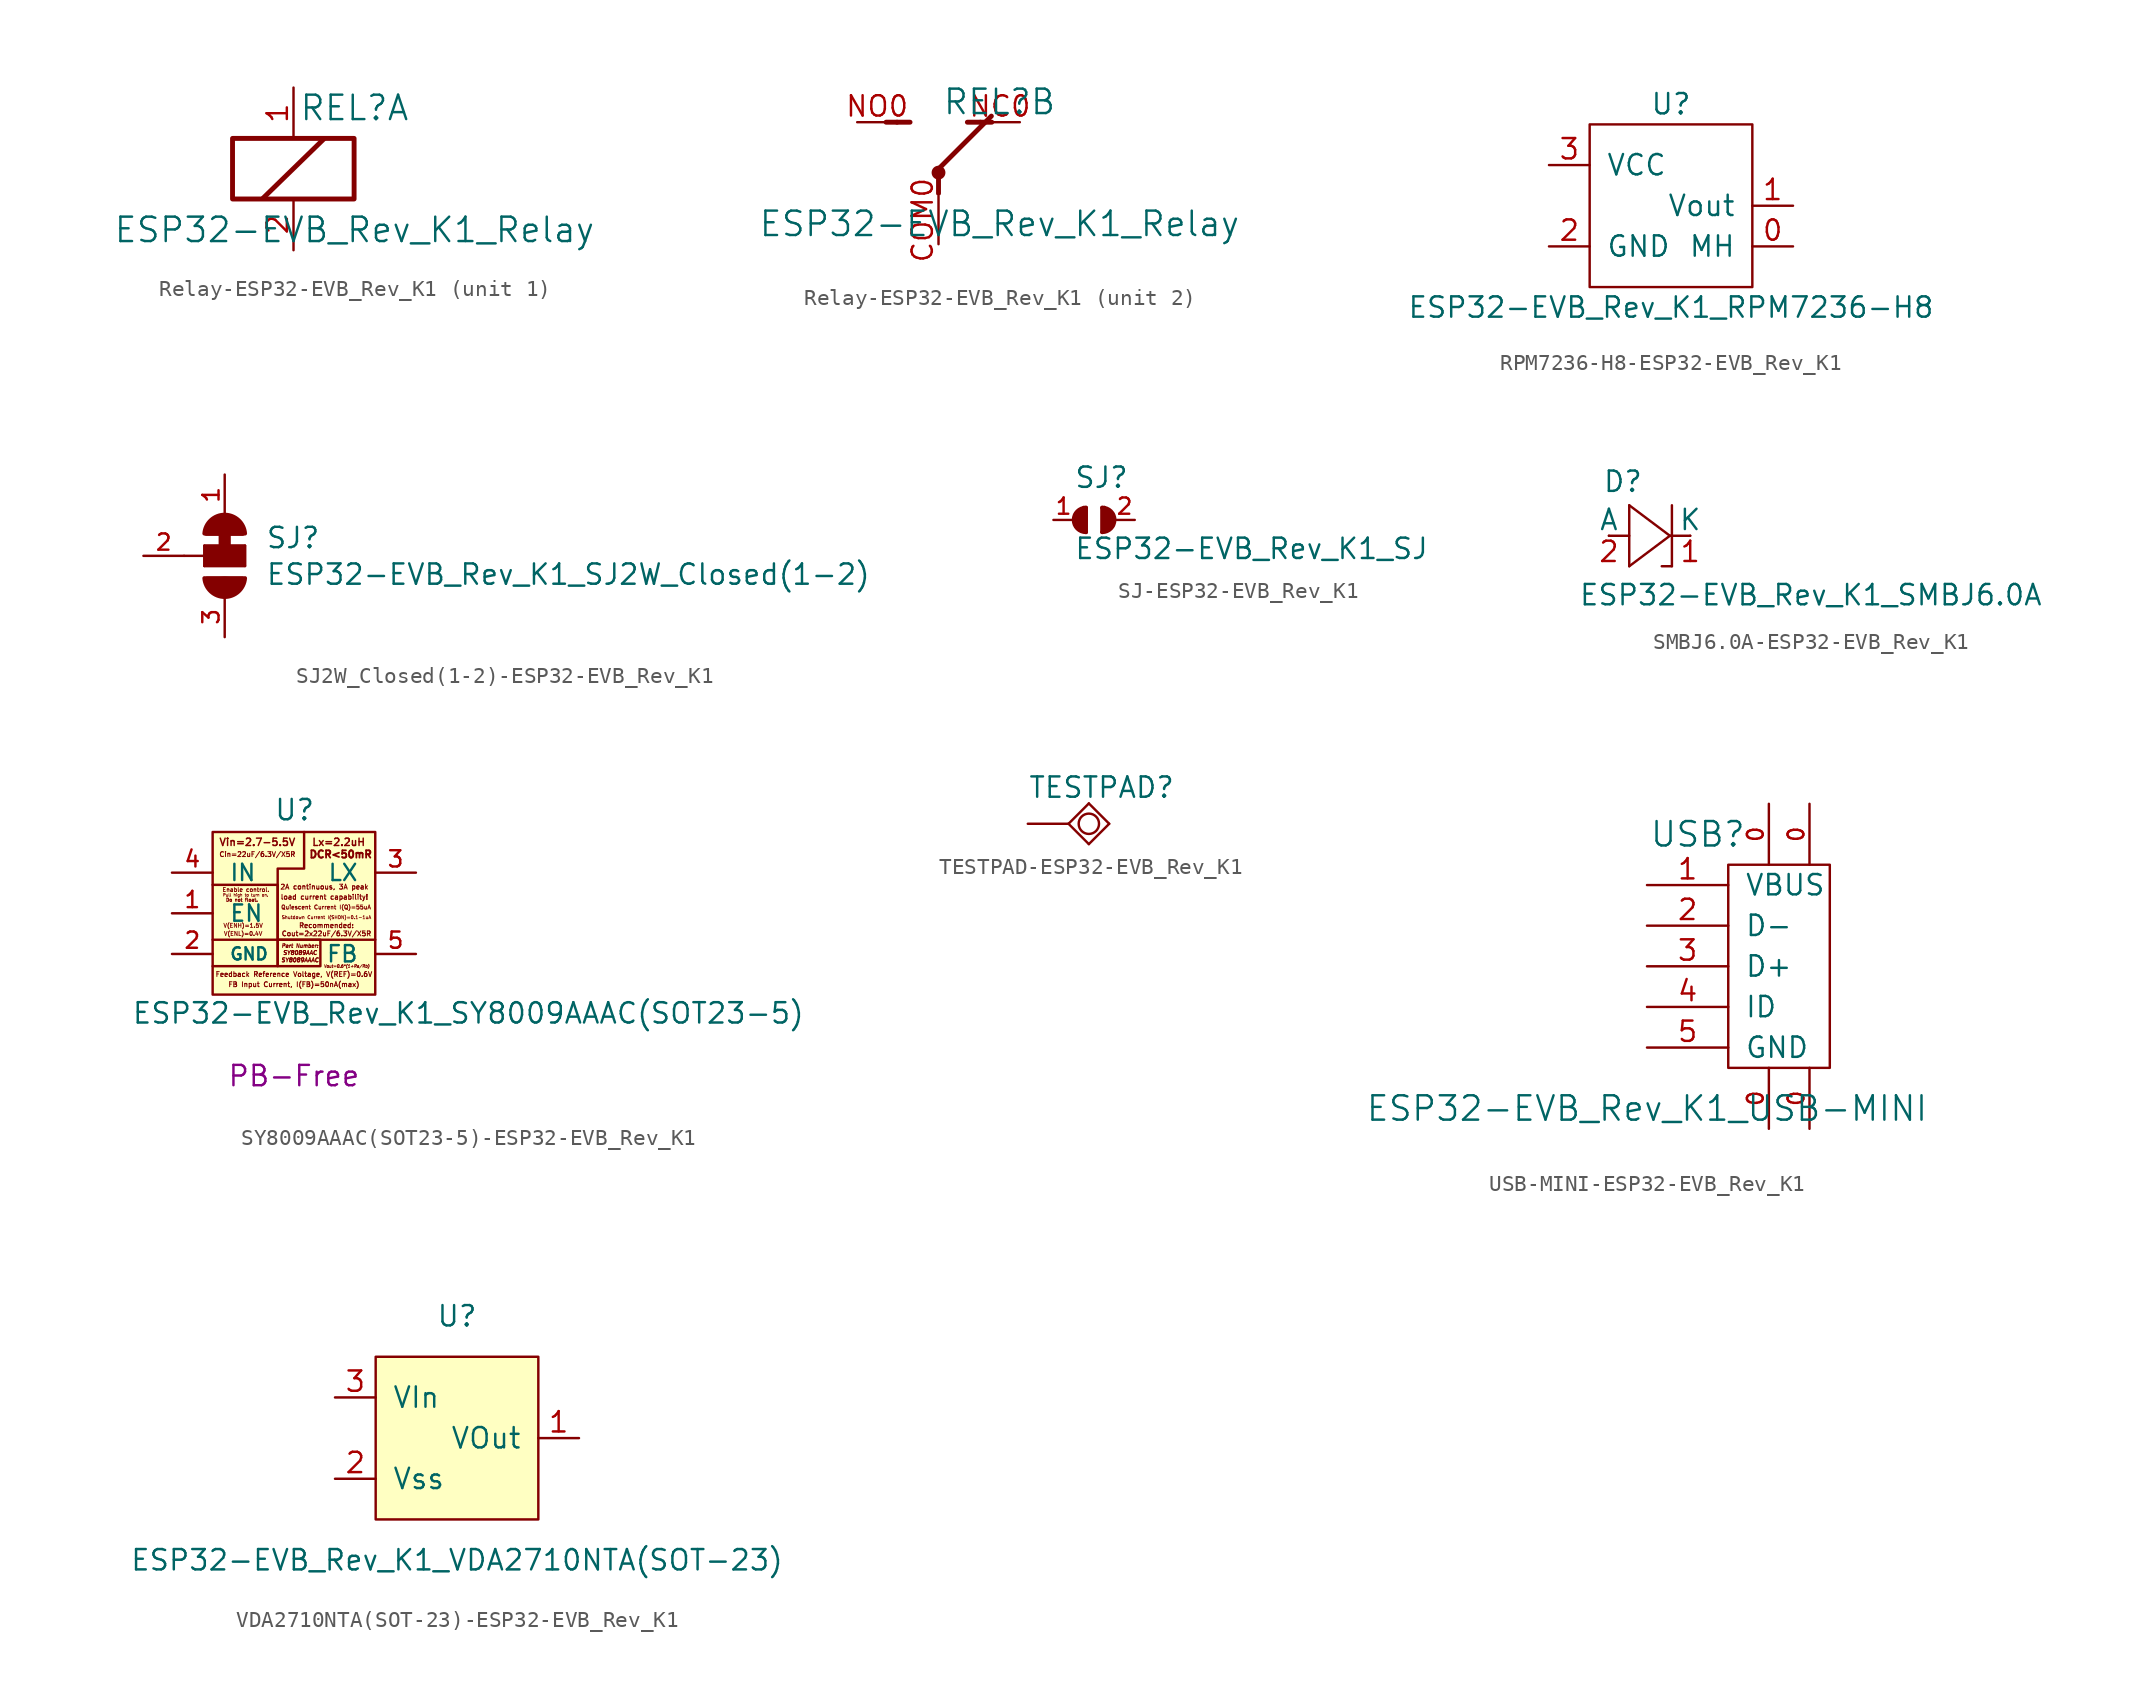
<source format=kicad_sym>
(kicad_symbol_lib
  (version 20231120)
  (generator "kicad_symbol_editor")
  (generator_version "8.0")
  (symbol "Relay-ESP32-EVB_Rev_K1"
    (pin_names
      (offset 1.016))
    (property "Reference" "REL"
      (at 3.81 3.81 0)
      (effects (font (size 1.524 1.524))))
    (property "Value" "ESP32-EVB_Rev_K1_Relay"
      (at 3.81 -3.81 0)
      (effects (font (size 1.524 1.524))))
    (property "Footprint" ""
      (at 0 0 0)
      (effects (font (size 1.524 1.524))))
    (property "Datasheet" ""
      (at 0 0 0)
      (effects (font (size 1.524 1.524))))
    (property "ki_locked" ""
      (at 0 0 0)
      (effects (font (size 1.27 1.27))))
    (symbol "Relay-ESP32-EVB_Rev_K1_1_1"
      (rectangle (start -3.81 -1.88) (end 3.785 1.905) (stroke (width 0.305) (type solid)) (fill (type none)))
      (polyline (pts (xy -1.905 -1.829) (xy 1.905 1.88)) (stroke (width 0.305) (type solid)) (fill (type none)))
      (pin passive line (at 0 5.08 270) (length 3.2) (name "~" (effects (font (size 1.27 1.27)))) (number "1" (effects (font (size 1.27 1.27)))))
      (pin passive line (at 0 -5.08 90) (length 3.2) (name "~" (effects (font (size 1.27 1.27)))) (number "2" (effects (font (size 1.27 1.27))))))
    (symbol "Relay-ESP32-EVB_Rev_K1_2_1"
      (circle (center 0 -0.61) (radius 0.051) (stroke (width 0.254) (type solid)) (fill (type none)))
      (circle (center 0 -0.61) (radius 0.305) (stroke (width 0.254) (type solid)) (fill (type none)))
      (polyline (pts (xy -2.591 2.54) (xy -3.277 2.54)) (stroke (width 0.305) (type solid)) (fill (type none)))
      (polyline (pts (xy -2.591 2.54) (xy -1.778 2.54)) (stroke (width 0.305) (type solid)) (fill (type none)))
      (polyline (pts (xy 0 -0.61) (xy 0 -1.905)) (stroke (width 0.305) (type solid)) (fill (type none)))
      (polyline (pts (xy 0 -0.381) (xy 3.302 2.921)) (stroke (width 0.305) (type solid)) (fill (type none)))
      (polyline (pts (xy 2.616 2.54) (xy 1.803 2.54)) (stroke (width 0.305) (type solid)) (fill (type none)))
      (polyline (pts (xy 2.616 2.54) (xy 3.327 2.54)) (stroke (width 0.305) (type solid)) (fill (type none)))
      (pin passive line (at 0 -5.08 90) (length 2.997) (name "~" (effects (font (size 1.27 1.27)))) (number "COM0" (effects (font (size 1.27 1.27)))))
      (pin passive line (at 5.08 2.54 180) (length 2.489) (name "~" (effects (font (size 1.27 1.27)))) (number "NC0" (effects (font (size 1.27 1.27)))))
      (pin passive line (at -5.08 2.54 0) (length 2.489) (name "~" (effects (font (size 1.27 1.27)))) (number "NO0" (effects (font (size 1.27 1.27)))))))
  (symbol "RPM7236-H8-ESP32-EVB_Rev_K1"
    (pin_names
      (offset 1.016))
    (property "Reference" "U"
      (at 0 6.35 0)
      (effects (font (size 1.27 1.27))))
    (property "Value" "ESP32-EVB_Rev_K1_RPM7236-H8"
      (at 0 -6.35 0)
      (effects (font (size 1.27 1.27))))
    (symbol "RPM7236-H8-ESP32-EVB_Rev_K1_0_1"
      (rectangle (start -5.08 5.08) (end 5.08 -5.08) (stroke (width 0) (type solid)) (fill (type none))))
    (symbol "RPM7236-H8-ESP32-EVB_Rev_K1_1_1"
      (pin passive line (at 7.62 -2.54 180) (length 2.54) (name "MH" (effects (font (size 1.27 1.27)))) (number "0" (effects (font (size 1.27 1.27)))))
      (pin output line (at 7.62 0 180) (length 2.54) (name "Vout" (effects (font (size 1.27 1.27)))) (number "1" (effects (font (size 1.27 1.27)))))
      (pin power_in line (at -7.62 -2.54 0) (length 2.54) (name "GND" (effects (font (size 1.27 1.27)))) (number "2" (effects (font (size 1.27 1.27)))))
      (pin power_in line (at -7.62 2.54 0) (length 2.54) (name "VCC" (effects (font (size 1.27 1.27)))) (number "3" (effects (font (size 1.27 1.27)))))))
  (symbol "SJ2W_Closed(1-2)-ESP32-EVB_Rev_K1"
    (pin_names
      (offset 1.016) hide)
    (property "Reference" "SJ"
      (at 2.54 0.381 0)
      (effects (font (size 1.27 1.27)) (justify left bottom)))
    (property "Value" "ESP32-EVB_Rev_K1_SJ2W_Closed(1-2)"
      (at 2.54 -1.905 0)
      (effects (font (size 1.27 1.27)) (justify left bottom)))
    (property "Datasheet" ""
      (at 0 0 0)
      (effects (font (size 1.524 1.524))))
    (symbol "SJ2W_Closed(1-2)-ESP32-EVB_Rev_K1_0_1"
      (polyline (pts (xy 0 1.905) (xy 0 0)) (stroke (width 0.762) (type solid)) (fill (type none))))
    (symbol "SJ2W_Closed(1-2)-ESP32-EVB_Rev_K1_1_0"
      (polyline (pts (xy -2.54 0) (xy -1.27 0)) (stroke (width 0) (type solid)) (fill (type none)))
      (polyline (pts (xy -1.27 -0.635) (xy -1.27 0)) (stroke (width 0) (type solid)) (fill (type none)))
      (polyline (pts (xy -1.27 0) (xy -1.27 0.635)) (stroke (width 0) (type solid)) (fill (type none)))
      (polyline (pts (xy -1.27 0.635) (xy 1.27 0.635)) (stroke (width 0) (type solid)) (fill (type none)))
      (polyline (pts (xy 1.27 -0.635) (xy -1.27 -0.635)) (stroke (width 0) (type solid)) (fill (type none)))
      (polyline (pts (xy 1.27 0.635) (xy 1.27 -0.635)) (stroke (width 0) (type solid)) (fill (type none))))
    (symbol "SJ2W_Closed(1-2)-ESP32-EVB_Rev_K1_1_1"
      (arc (start -1.27 -1.397) (mid 0 -2.5695) (end 1.27 -1.397) (stroke (width 0.254) (type solid)) (fill (type outline)))
      (rectangle (start -1.27 -0.635) (end 1.27 0.635) (stroke (width 0) (type solid)) (fill (type outline)))
      (polyline (pts (xy -1.168 1.372) (xy 1.143 1.372)) (stroke (width 0.254) (type solid)) (fill (type none)))
      (polyline (pts (xy -1.143 -1.397) (xy 1.143 -1.397)) (stroke (width 0.254) (type solid)) (fill (type none)))
      (arc (start 1.27 1.397) (mid 0 2.5695) (end -1.27 1.397) (stroke (width 0.254) (type solid)) (fill (type outline)))
      (pin passive line (at 0 5.08 270) (length 2.54) (name "1" (effects (font (size 0.508 0.508)))) (number "1" (effects (font (size 1.016 1.016)))))
      (pin passive line (at -5.08 0 0) (length 2.54) (name "2" (effects (font (size 0.508 0.508)))) (number "2" (effects (font (size 1.016 1.016)))))
      (pin passive line (at 0 -5.08 90) (length 2.54) (name "3" (effects (font (size 0.508 0.508)))) (number "3" (effects (font (size 1.016 1.016)))))))
  (symbol "SJ-ESP32-EVB_Rev_K1"
    (pin_names
      (offset 1.016) hide)
    (property "Reference" "SJ"
      (at -1.27 1.905 0)
      (effects (font (size 1.27 1.27)) (justify left bottom)))
    (property "Value" "ESP32-EVB_Rev_K1_SJ"
      (at -1.27 -2.54 0)
      (effects (font (size 1.27 1.27)) (justify left bottom)))
    (property "Datasheet" ""
      (at 0 0 0)
      (effects (font (size 1.524 1.524))))
    (symbol "SJ-ESP32-EVB_Rev_K1_0_1"
      (arc (start -0.508 0.762) (mid -1.27 0) (end -0.508 -0.762) (stroke (width 0.254) (type solid)) (fill (type none)))
      (polyline (pts (xy -1.143 0.381) (xy -1.143 -0.254)) (stroke (width 0.254) (type solid)) (fill (type none)))
      (polyline (pts (xy -1.016 0.508) (xy -1.016 -0.508)) (stroke (width 0.254) (type solid)) (fill (type none)))
      (polyline (pts (xy -0.889 0.508) (xy -0.889 -0.508)) (stroke (width 0.254) (type solid)) (fill (type none)))
      (polyline (pts (xy -0.762 0.635) (xy -0.762 -0.635)) (stroke (width 0.254) (type solid)) (fill (type none)))
      (polyline (pts (xy -0.635 0.762) (xy -0.635 -0.635)) (stroke (width 0.254) (type solid)) (fill (type none)))
      (polyline (pts (xy -0.508 0.762) (xy -0.508 -0.762)) (stroke (width 0.254) (type solid)) (fill (type none)))
      (polyline (pts (xy 0.508 0.762) (xy 0.508 -0.762)) (stroke (width 0.254) (type solid)) (fill (type none)))
      (polyline (pts (xy 0.635 0.762) (xy 0.635 -0.635)) (stroke (width 0.254) (type solid)) (fill (type none)))
      (polyline (pts (xy 0.762 0.635) (xy 0.762 -0.635)) (stroke (width 0.254) (type solid)) (fill (type none)))
      (polyline (pts (xy 0.889 0.508) (xy 0.889 -0.508)) (stroke (width 0.254) (type solid)) (fill (type none)))
      (polyline (pts (xy 1.016 0.508) (xy 1.016 -0.381)) (stroke (width 0.254) (type solid)) (fill (type none)))
      (polyline (pts (xy 1.143 0.381) (xy 1.143 -0.381)) (stroke (width 0.254) (type solid)) (fill (type none)))
      (arc (start 0.508 -0.762) (mid 1.0468 -0.5388) (end 1.27 0) (stroke (width 0.254) (type solid)) (fill (type none)))
      (arc (start 1.27 0) (mid 1.0468 0.5388) (end 0.508 0.762) (stroke (width 0.254) (type solid)) (fill (type none))))
    (symbol "SJ-ESP32-EVB_Rev_K1_1_1"
      (pin passive line (at -2.54 0 0) (length 1.27) (name "1" (effects (font (size 0.508 0.508)))) (number "1" (effects (font (size 1.016 1.016)))))
      (pin passive line (at 2.54 0 180) (length 1.27) (name "2" (effects (font (size 0.508 0.508)))) (number "2" (effects (font (size 1.016 1.016)))))))
  (symbol "SMBJ6.0A-ESP32-EVB_Rev_K1"
    (pin_names
      (offset 0))
    (property "Reference" "D"
      (at -2.946 2.642 0)
      (effects (font (size 1.27 1.27)) (justify left bottom)))
    (property "Value" "ESP32-EVB_Rev_K1_SMBJ6.0A"
      (at -4.445 -4.445 0)
      (effects (font (size 1.27 1.27)) (justify left bottom)))
    (property "Datasheet" ""
      (at 0 0 0)
      (effects (font (size 1.524 1.524))))
    (symbol "SMBJ6.0A-ESP32-EVB_Rev_K1_0_1"
      (rectangle (start -2.54 0) (end -1.27 0) (stroke (width 0) (type solid)) (fill (type none)))
      (rectangle (start 1.27 0) (end 2.54 0) (stroke (width 0) (type solid)) (fill (type none))))
    (symbol "SMBJ6.0A-ESP32-EVB_Rev_K1_1_0"
      (polyline (pts (xy -1.27 -1.905) (xy 1.27 0)) (stroke (width 0) (type solid)) (fill (type none)))
      (polyline (pts (xy -1.27 1.905) (xy -1.27 -1.905)) (stroke (width 0) (type solid)) (fill (type none)))
      (polyline (pts (xy 1.27 0) (xy -1.27 1.905)) (stroke (width 0) (type solid)) (fill (type none)))
      (polyline (pts (xy 1.397 -1.905) (xy 0.762 -1.905)) (stroke (width 0) (type solid)) (fill (type none)))
      (polyline (pts (xy 1.397 1.905) (xy 1.397 -1.905)) (stroke (width 0) (type solid)) (fill (type none))))
    (symbol "SMBJ6.0A-ESP32-EVB_Rev_K1_1_1"
      (pin passive line (at 2.54 0 180) (length 0) (name "K" (effects (font (size 1.27 1.27)))) (number "1" (effects (font (size 1.27 1.27)))))
      (pin passive line (at -2.54 0 0) (length 0) (name "A" (effects (font (size 1.27 1.27)))) (number "2" (effects (font (size 1.27 1.27)))))))
  (symbol "SY8009AAAC(SOT23-5)-ESP32-EVB_Rev_K1"
    (pin_names
      (offset 1.016))
    (property "Reference" "U"
      (at -1.27 5.715 0)
      (effects (font (size 1.27 1.27)) (justify left bottom)))
    (property "Value" "ESP32-EVB_Rev_K1_SY8009AAAC(SOT23-5)"
      (at -10.16 -6.985 0)
      (effects (font (size 1.27 1.27)) (justify left bottom)))
    (property "Datasheet" ""
      (at 0.762 1.016 0)
      (effects (font (size 1.524 1.524))))
    (property "Note" "PB-Free"
      (at 0 -10.16 0)
      (effects (font (size 1.27 1.27))))
    (symbol "SY8009AAAC(SOT23-5)-ESP32-EVB_Rev_K1_0_0"
      (rectangle (start -1.016 -1.651) (end 1.651 -3.302) (stroke (width 0) (type solid)) (fill (type none)))
      (polyline (pts (xy -1.016 -1.651) (xy -1.016 -3.302) (xy -5.08 -3.302)) (stroke (width 0) (type solid)) (fill (type none)))
      (polyline (pts (xy -5.08 1.778) (xy -1.016 1.778) (xy -1.016 0.254) (xy -1.016 -1.651) (xy -5.08 -1.651)) (stroke (width 0) (type solid)) (fill (type none)))
      (polyline (pts (xy 0.635 5.08) (xy 0.635 4.191) (xy 0.635 2.794) (xy -1.016 2.794) (xy -1.016 1.016) (xy -1.016 -1.651) (xy 5.08 -1.651)) (stroke (width 0) (type solid)) (fill (type none)))
      (text "2A continuous, 3A peak" (at 1.905 1.651 0) (effects (font (size 0.305 0.305) (bold yes))))
      (text "Cin=22uF/6.3V/X5R" (at -2.286 3.683 0) (effects (font (size 0.305 0.305) (bold yes))))
      (text "Cout=2x22uF/6.3V/X5R" (at 2.032 -1.27 0) (effects (font (size 0.305 0.305) (bold yes))))
      (text "DCR<50mR" (at 2.921 3.683 0) (effects (font (size 0.457 0.457))))
      (text "Do not float." (at -3.251 0.838 0) (effects (font (size 0.203 0.203))))
      (text "Enable control." (at -2.997 1.473 0) (effects (font (size 0.254 0.254) (bold yes))))
      (text "FB Input Current, I(FB)=50nA(max)" (at 0 -4.445 0) (effects (font (size 0.305 0.305) (bold yes))))
      (text "Feedback Reference Voltage, V(REF)=0.6V" (at 0 -3.81 0) (effects (font (size 0.305 0.305) (bold yes))))
      (text "load current capability!" (at 1.905 1.016 0) (effects (font (size 0.305 0.305) (bold yes))))
      (text "Lx=2.2uH" (at 2.794 4.445 0) (effects (font (size 0.457 0.457) (bold yes))))
      (text "Part Number:" (at 0.381 -2.032 0) (effects (font (size 0.229 0.229) (italic yes))))
      (text "Pull high to turn on." (at -3.023 1.143 0) (effects (font (size 0.178 0.178) (bold yes))))
      (text "Quiescent Current I(Q)=55uA" (at 2.007 0.381 0) (effects (font (size 0.254 0.254) (bold yes))))
      (text "Recommended:" (at 2.032 -0.762 0) (effects (font (size 0.305 0.305) (bold yes))))
      (text "Shutdown Current I(SHDN)=0.1-1uA" (at 2.032 -0.254 0) (effects (font (size 0.203 0.203) (bold yes))))
      (text "SY8089AAAC" (at 0.381 -2.921 0) (effects (font (size 0.254 0.254) (italic yes))))
      (text "SY8089AAC" (at 0.381 -2.464 0) (effects (font (size 0.254 0.254) (italic yes))))
      (text "V(ENH)=1.5V" (at -3.175 -0.762 0) (effects (font (size 0.254 0.254) (bold yes))))
      (text "V(ENL)=0.4V" (at -3.175 -1.27 0) (effects (font (size 0.254 0.254) (bold yes))))
      (text "Vin=2.7-5.5V" (at -2.286 4.445 0) (effects (font (size 0.457 0.457) (bold yes))))
      (text "Vout=0.6*(1+Ra/Rb)" (at 3.302 -3.302 0) (effects (font (size 0.178 0.178) (italic yes)))))
    (symbol "SY8009AAAC(SOT23-5)-ESP32-EVB_Rev_K1_0_1"
      (rectangle (start -5.08 5.08) (end 5.08 -5.08) (stroke (width 0) (type solid)) (fill (type background))))
    (symbol "SY8009AAAC(SOT23-5)-ESP32-EVB_Rev_K1_1_1"
      (pin input line (at -7.62 0 0) (length 2.54) (name "EN" (effects (font (size 1.016 1.016)))) (number "1" (effects (font (size 1.016 1.016)))))
      (pin power_in line (at -7.62 -2.54 0) (length 2.54) (name "GND" (effects (font (size 0.762 0.762)))) (number "2" (effects (font (size 1.016 1.016)))))
      (pin output line (at 7.62 2.54 180) (length 2.54) (name "LX" (effects (font (size 1.016 1.016)))) (number "3" (effects (font (size 1.016 1.016)))))
      (pin input line (at -7.62 2.54 0) (length 2.54) (name "IN" (effects (font (size 1.016 1.016)))) (number "4" (effects (font (size 1.016 1.016)))))
      (pin input line (at 7.62 -2.54 180) (length 2.54) (name "FB" (effects (font (size 1.016 1.016)))) (number "5" (effects (font (size 1.016 1.016)))))))
  (symbol "TESTPAD-ESP32-EVB_Rev_K1"
    (pin_numbers hide)
    (pin_names
      (offset 0) hide)
    (property "Reference" "TESTPAD"
      (at -2.54 1.524 0)
      (effects (font (size 1.27 1.27)) (justify left bottom)))
    (property "Datasheet" ""
      (at 0 0 90)
      (effects (font (size 1.524 1.524))))
    (symbol "TESTPAD-ESP32-EVB_Rev_K1_1_0"
      (polyline (pts (xy 0 0) (xy 1.27 -1.27)) (stroke (width 0) (type solid)) (fill (type none)))
      (polyline (pts (xy 1.27 -1.27) (xy 2.54 0)) (stroke (width 0) (type solid)) (fill (type none)))
      (polyline (pts (xy 1.27 1.27) (xy 0 0)) (stroke (width 0) (type solid)) (fill (type none)))
      (polyline (pts (xy 2.54 0) (xy 1.27 1.27)) (stroke (width 0) (type solid)) (fill (type none))))
    (symbol "TESTPAD-ESP32-EVB_Rev_K1_1_1"
      (circle (center 1.27 0) (radius 0.635) (stroke (width 0) (type solid)) (fill (type none)))
      (pin passive line (at -2.54 0 0) (length 2.54) (name "Pad" (effects (font (size 1.016 1.016)))) (number "1" (effects (font (size 1.016 1.016)))))))
  (symbol "USB-MINI-ESP32-EVB_Rev_K1"
    (pin_names
      (offset 1.016))
    (property "Reference" "USB"
      (at -4.445 8.255 0)
      (effects (font (size 1.524 1.524))))
    (property "Value" "ESP32-EVB_Rev_K1_USB-MINI"
      (at -7.62 -8.89 0)
      (effects (font (size 1.524 1.524))))
    (property "Footprint" ""
      (at 2.54 0 0)
      (effects (font (size 1.524 1.524))))
    (property "Datasheet" ""
      (at 2.54 0 0)
      (effects (font (size 1.524 1.524))))
    (symbol "USB-MINI-ESP32-EVB_Rev_K1_0_1"
      (rectangle (start 3.81 6.35) (end -2.54 -6.35) (stroke (width 0) (type solid)) (fill (type none))))
    (symbol "USB-MINI-ESP32-EVB_Rev_K1_1_1"
      (pin passive line (at 0 -10.16 90) (length 3.81) (name "~" (effects (font (size 0.991 0.991)))) (number "0" (effects (font (size 0.991 0.991)))))
      (pin passive line (at 0 10.16 270) (length 3.81) (name "~" (effects (font (size 0.991 0.991)))) (number "0" (effects (font (size 0.991 0.991)))))
      (pin passive line (at 2.54 -10.16 90) (length 3.81) (name "~" (effects (font (size 0.991 0.991)))) (number "0" (effects (font (size 0.991 0.991)))))
      (pin passive line (at 2.54 10.16 270) (length 3.81) (name "~" (effects (font (size 0.991 0.991)))) (number "0" (effects (font (size 0.991 0.991)))))
      (pin input line (at -7.62 5.08 0) (length 5.08) (name "VBUS" (effects (font (size 1.27 1.27)))) (number "1" (effects (font (size 1.27 1.27)))))
      (pin bidirectional line (at -7.62 2.54 0) (length 5.08) (name "D-" (effects (font (size 1.27 1.27)))) (number "2" (effects (font (size 1.27 1.27)))))
      (pin bidirectional line (at -7.62 0 0) (length 5.08) (name "D+" (effects (font (size 1.27 1.27)))) (number "3" (effects (font (size 1.27 1.27)))))
      (pin input line (at -7.62 -2.54 0) (length 5.08) (name "ID" (effects (font (size 1.27 1.27)))) (number "4" (effects (font (size 1.27 1.27)))))
      (pin power_in line (at -7.62 -5.08 0) (length 5.08) (name "GND" (effects (font (size 1.27 1.27)))) (number "5" (effects (font (size 1.27 1.27)))))))
  (symbol "VDA2710NTA(SOT-23)-ESP32-EVB_Rev_K1"
    (pin_names
      (offset 1.016))
    (property "Reference" "U"
      (at 0 7.62 0)
      (effects (font (size 1.27 1.27))))
    (property "Value" "ESP32-EVB_Rev_K1_VDA2710NTA(SOT-23)"
      (at 0 -7.62 0)
      (effects (font (size 1.27 1.27))))
    (symbol "VDA2710NTA(SOT-23)-ESP32-EVB_Rev_K1_0_1"
      (rectangle (start -5.08 5.08) (end 5.08 -5.08) (stroke (width 0) (type solid)) (fill (type background))))
    (symbol "VDA2710NTA(SOT-23)-ESP32-EVB_Rev_K1_1_1"
      (pin open_collector line (at 7.62 0 180) (length 2.54) (name "VOut" (effects (font (size 1.27 1.27)))) (number "1" (effects (font (size 1.27 1.27)))))
      (pin power_in line (at -7.62 -2.54 0) (length 2.54) (name "Vss" (effects (font (size 1.27 1.27)))) (number "2" (effects (font (size 1.27 1.27)))))
      (pin input line (at -7.62 2.54 0) (length 2.54) (name "VIn" (effects (font (size 1.27 1.27)))) (number "3" (effects (font (size 1.27 1.27))))))))
</source>
